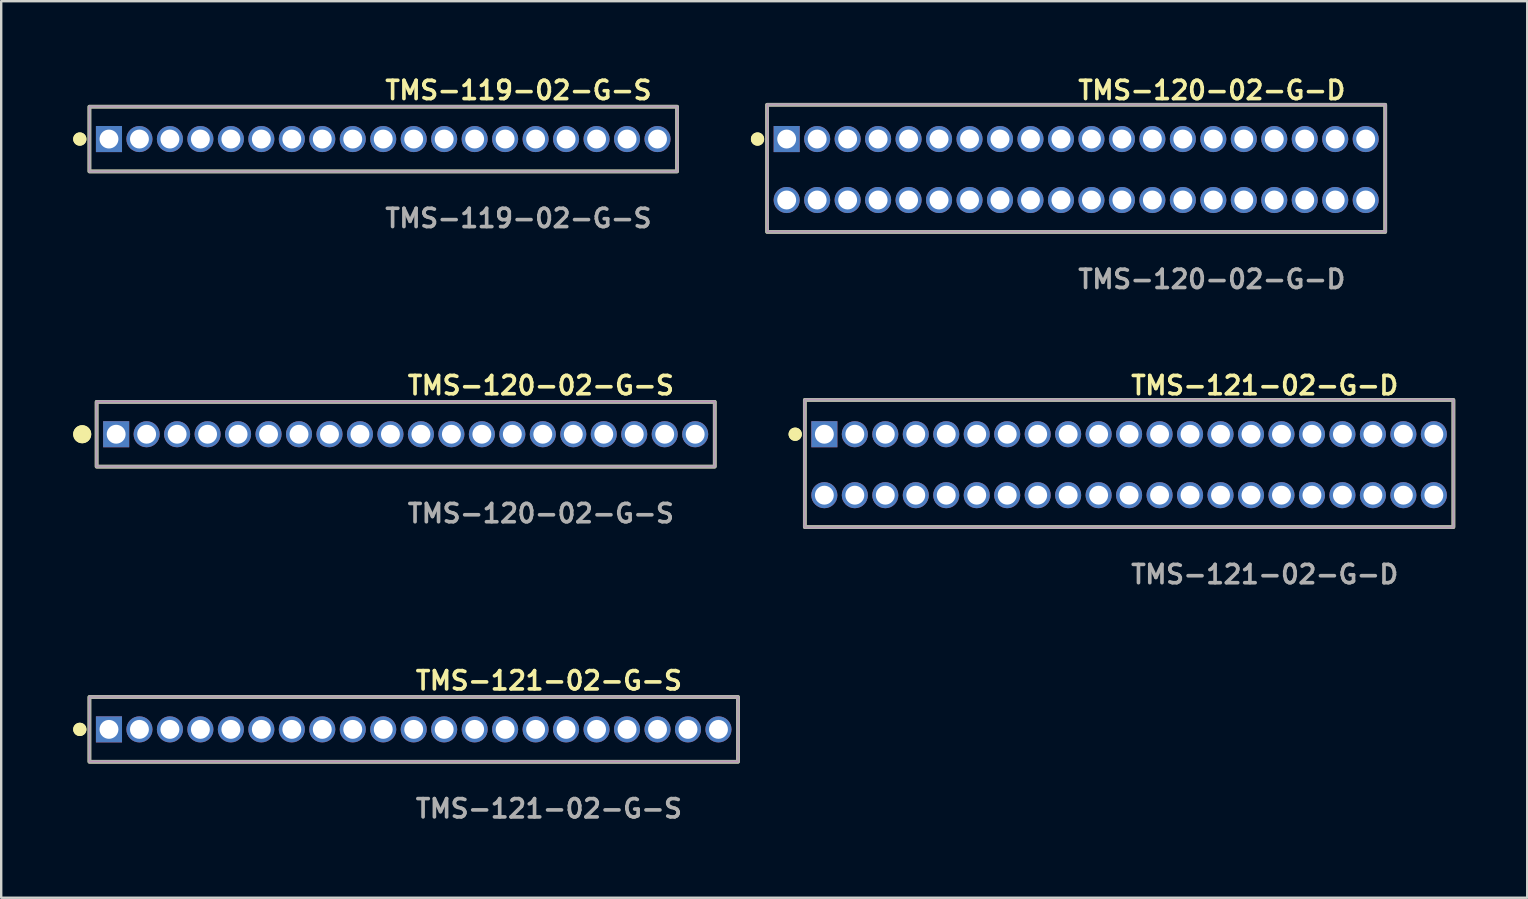
<source format=kicad_pcb>
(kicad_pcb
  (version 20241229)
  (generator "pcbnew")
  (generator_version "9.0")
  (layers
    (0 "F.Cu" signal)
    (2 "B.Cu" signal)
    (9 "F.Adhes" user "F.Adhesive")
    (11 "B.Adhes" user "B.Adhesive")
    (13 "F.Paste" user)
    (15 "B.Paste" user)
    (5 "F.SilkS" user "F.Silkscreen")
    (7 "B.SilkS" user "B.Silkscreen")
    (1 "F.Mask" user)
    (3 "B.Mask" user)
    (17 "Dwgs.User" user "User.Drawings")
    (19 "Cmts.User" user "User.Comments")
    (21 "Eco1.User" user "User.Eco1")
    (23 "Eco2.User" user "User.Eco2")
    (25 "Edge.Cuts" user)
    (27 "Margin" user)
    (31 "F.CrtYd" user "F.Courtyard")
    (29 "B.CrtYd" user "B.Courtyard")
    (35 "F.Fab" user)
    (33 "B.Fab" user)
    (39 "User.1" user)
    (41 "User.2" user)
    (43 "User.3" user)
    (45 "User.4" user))
  (footprint "TMS-120-02-G-D"
    (layer "F.Cu")
    (at 41.799 4.015)
    (property "Reference" "TMS-120-02-G-D" (at 0 -3.302 0) (unlocked yes) (layer "F.SilkS") (effects (font (size 0.762 0.762) (thickness 0.152)) (justify left)))
    (fp_rect (start -12.88 2.6) (end 12.88 -2.7) (stroke (width 0.152) (type solid)) (fill no) (layer "F.SilkS"))
    (fp_circle (center -13.28 -1.27) (end -13.48 -1.27) (stroke (width 0.152) (type solid)) (fill yes) (layer "F.SilkS"))
    (fp_circle (center -13.28 -1.27) (end -13.48 -1.27) (stroke (width 0.152) (type solid)) (fill yes) (layer "F.SilkS"))
    (fp_rect (start -12.88 2.6) (end 12.88 -2.7) (stroke (width 0.006) (type solid)) (fill no) (layer "F.CrtYd"))
    (fp_rect (start -12.88 2.6) (end 12.88 -2.7) (stroke (width 0.152) (type solid)) (fill no) (layer "F.Fab"))
    (fp_text user "${REFERENCE}" (at 0 4.572 0) (unlocked yes) (layer "F.Fab") (effects (font (size 0.762 0.762) (thickness 0.152)) (justify left)))
    (pad "1" thru_hole rect (at -12.065 -1.27) (size 1.087 1.087) (drill 0.787) (layers "*.Cu" "*.Mask"))
    (pad "2" thru_hole circle (at -12.065 1.27) (size 1.087 1.087) (drill 0.787) (layers "*.Cu" "*.Mask"))
    (pad "3" thru_hole circle (at -10.795 -1.27) (size 1.087 1.087) (drill 0.787) (layers "*.Cu" "*.Mask"))
    (pad "4" thru_hole circle (at -10.795 1.27) (size 1.087 1.087) (drill 0.787) (layers "*.Cu" "*.Mask"))
    (pad "5" thru_hole circle (at -9.525 -1.27) (size 1.087 1.087) (drill 0.787) (layers "*.Cu" "*.Mask"))
    (pad "6" thru_hole circle (at -9.525 1.27) (size 1.087 1.087) (drill 0.787) (layers "*.Cu" "*.Mask"))
    (pad "7" thru_hole circle (at -8.255 -1.27) (size 1.087 1.087) (drill 0.787) (layers "*.Cu" "*.Mask"))
    (pad "8" thru_hole circle (at -8.255 1.27) (size 1.087 1.087) (drill 0.787) (layers "*.Cu" "*.Mask"))
    (pad "9" thru_hole circle (at -6.985 -1.27) (size 1.087 1.087) (drill 0.787) (layers "*.Cu" "*.Mask"))
    (pad "10" thru_hole circle (at -6.985 1.27) (size 1.087 1.087) (drill 0.787) (layers "*.Cu" "*.Mask"))
    (pad "11" thru_hole circle (at -5.715 -1.27) (size 1.087 1.087) (drill 0.787) (layers "*.Cu" "*.Mask"))
    (pad "12" thru_hole circle (at -5.715 1.27) (size 1.087 1.087) (drill 0.787) (layers "*.Cu" "*.Mask"))
    (pad "13" thru_hole circle (at -4.445 -1.27) (size 1.087 1.087) (drill 0.787) (layers "*.Cu" "*.Mask"))
    (pad "14" thru_hole circle (at -4.445 1.27) (size 1.087 1.087) (drill 0.787) (layers "*.Cu" "*.Mask"))
    (pad "15" thru_hole circle (at -3.175 -1.27) (size 1.087 1.087) (drill 0.787) (layers "*.Cu" "*.Mask"))
    (pad "16" thru_hole circle (at -3.175 1.27) (size 1.087 1.087) (drill 0.787) (layers "*.Cu" "*.Mask"))
    (pad "17" thru_hole circle (at -1.905 -1.27) (size 1.087 1.087) (drill 0.787) (layers "*.Cu" "*.Mask"))
    (pad "18" thru_hole circle (at -1.905 1.27) (size 1.087 1.087) (drill 0.787) (layers "*.Cu" "*.Mask"))
    (pad "19" thru_hole circle (at -0.635 -1.27) (size 1.087 1.087) (drill 0.787) (layers "*.Cu" "*.Mask"))
    (pad "20" thru_hole circle (at -0.635 1.27) (size 1.087 1.087) (drill 0.787) (layers "*.Cu" "*.Mask"))
    (pad "21" thru_hole circle (at 0.635 -1.27) (size 1.087 1.087) (drill 0.787) (layers "*.Cu" "*.Mask"))
    (pad "22" thru_hole circle (at 0.635 1.27) (size 1.087 1.087) (drill 0.787) (layers "*.Cu" "*.Mask"))
    (pad "23" thru_hole circle (at 1.905 -1.27) (size 1.087 1.087) (drill 0.787) (layers "*.Cu" "*.Mask"))
    (pad "24" thru_hole circle (at 1.905 1.27) (size 1.087 1.087) (drill 0.787) (layers "*.Cu" "*.Mask"))
    (pad "25" thru_hole circle (at 3.175 -1.27) (size 1.087 1.087) (drill 0.787) (layers "*.Cu" "*.Mask"))
    (pad "26" thru_hole circle (at 3.175 1.27) (size 1.087 1.087) (drill 0.787) (layers "*.Cu" "*.Mask"))
    (pad "27" thru_hole circle (at 4.445 -1.27) (size 1.087 1.087) (drill 0.787) (layers "*.Cu" "*.Mask"))
    (pad "28" thru_hole circle (at 4.445 1.27) (size 1.087 1.087) (drill 0.787) (layers "*.Cu" "*.Mask"))
    (pad "29" thru_hole circle (at 5.715 -1.27) (size 1.087 1.087) (drill 0.787) (layers "*.Cu" "*.Mask"))
    (pad "30" thru_hole circle (at 5.715 1.27) (size 1.087 1.087) (drill 0.787) (layers "*.Cu" "*.Mask"))
    (pad "31" thru_hole circle (at 6.985 -1.27) (size 1.087 1.087) (drill 0.787) (layers "*.Cu" "*.Mask"))
    (pad "32" thru_hole circle (at 6.985 1.27) (size 1.087 1.087) (drill 0.787) (layers "*.Cu" "*.Mask"))
    (pad "33" thru_hole circle (at 8.255 -1.27) (size 1.087 1.087) (drill 0.787) (layers "*.Cu" "*.Mask"))
    (pad "34" thru_hole circle (at 8.255 1.27) (size 1.087 1.087) (drill 0.787) (layers "*.Cu" "*.Mask"))
    (pad "35" thru_hole circle (at 9.525 -1.27) (size 1.087 1.087) (drill 0.787) (layers "*.Cu" "*.Mask"))
    (pad "36" thru_hole circle (at 9.525 1.27) (size 1.087 1.087) (drill 0.787) (layers "*.Cu" "*.Mask"))
    (pad "37" thru_hole circle (at 10.795 -1.27) (size 1.087 1.087) (drill 0.787) (layers "*.Cu" "*.Mask"))
    (pad "38" thru_hole circle (at 10.795 1.27) (size 1.087 1.087) (drill 0.787) (layers "*.Cu" "*.Mask"))
    (pad "39" thru_hole circle (at 12.065 -1.27) (size 1.087 1.087) (drill 0.787) (layers "*.Cu" "*.Mask"))
    (pad "40" thru_hole circle (at 12.065 1.27) (size 1.087 1.087) (drill 0.787) (layers "*.Cu" "*.Mask")))
  (footprint "TMS-121-02-G-S"
    (layer "F.Cu")
    (at 14.191 27.346)
    (property "Reference" "TMS-121-02-G-S" (at 0 -2.032 0) (unlocked yes) (layer "F.SilkS") (effects (font (size 0.762 0.762) (thickness 0.152)) (justify left)))
    (fp_rect (start -13.515 1.35) (end 13.515 -1.35) (stroke (width 0.152) (type solid)) (fill no) (layer "F.SilkS"))
    (fp_circle (center -13.915 0) (end -14.115 0) (stroke (width 0.152) (type solid)) (fill yes) (layer "F.SilkS"))
    (fp_circle (center -13.915 0) (end -14.115 0) (stroke (width 0.152) (type solid)) (fill yes) (layer "F.SilkS"))
    (fp_rect (start -13.515 1.35) (end 13.515 -1.35) (stroke (width 0.006) (type solid)) (fill no) (layer "F.CrtYd"))
    (fp_rect (start -13.515 1.35) (end 13.515 -1.35) (stroke (width 0.152) (type solid)) (fill no) (layer "F.Fab"))
    (fp_text user "${REFERENCE}" (at 0 3.302 0) (unlocked yes) (layer "F.Fab") (effects (font (size 0.762 0.762) (thickness 0.152)) (justify left)))
    (pad "1" thru_hole rect (at -12.7 0) (size 1.087 1.087) (drill 0.787) (layers "*.Cu" "*.Mask"))
    (pad "2" thru_hole circle (at -11.43 0) (size 1.087 1.087) (drill 0.787) (layers "*.Cu" "*.Mask"))
    (pad "3" thru_hole circle (at -10.16 0) (size 1.087 1.087) (drill 0.787) (layers "*.Cu" "*.Mask"))
    (pad "4" thru_hole circle (at -8.89 0) (size 1.087 1.087) (drill 0.787) (layers "*.Cu" "*.Mask"))
    (pad "5" thru_hole circle (at -7.62 0) (size 1.087 1.087) (drill 0.787) (layers "*.Cu" "*.Mask"))
    (pad "6" thru_hole circle (at -6.35 0) (size 1.087 1.087) (drill 0.787) (layers "*.Cu" "*.Mask"))
    (pad "7" thru_hole circle (at -5.08 0) (size 1.087 1.087) (drill 0.787) (layers "*.Cu" "*.Mask"))
    (pad "8" thru_hole circle (at -3.81 0) (size 1.087 1.087) (drill 0.787) (layers "*.Cu" "*.Mask"))
    (pad "9" thru_hole circle (at -2.54 0) (size 1.087 1.087) (drill 0.787) (layers "*.Cu" "*.Mask"))
    (pad "10" thru_hole circle (at -1.27 0) (size 1.087 1.087) (drill 0.787) (layers "*.Cu" "*.Mask"))
    (pad "11" thru_hole circle (at 0 0) (size 1.087 1.087) (drill 0.787) (layers "*.Cu" "*.Mask"))
    (pad "12" thru_hole circle (at 1.27 0) (size 1.087 1.087) (drill 0.787) (layers "*.Cu" "*.Mask"))
    (pad "13" thru_hole circle (at 2.54 0) (size 1.087 1.087) (drill 0.787) (layers "*.Cu" "*.Mask"))
    (pad "14" thru_hole circle (at 3.81 0) (size 1.087 1.087) (drill 0.787) (layers "*.Cu" "*.Mask"))
    (pad "15" thru_hole circle (at 5.08 0) (size 1.087 1.087) (drill 0.787) (layers "*.Cu" "*.Mask"))
    (pad "16" thru_hole circle (at 6.35 0) (size 1.087 1.087) (drill 0.787) (layers "*.Cu" "*.Mask"))
    (pad "17" thru_hole circle (at 7.62 0) (size 1.087 1.087) (drill 0.787) (layers "*.Cu" "*.Mask"))
    (pad "18" thru_hole circle (at 8.89 0) (size 1.087 1.087) (drill 0.787) (layers "*.Cu" "*.Mask"))
    (pad "19" thru_hole circle (at 10.16 0) (size 1.087 1.087) (drill 0.787) (layers "*.Cu" "*.Mask"))
    (pad "20" thru_hole circle (at 11.43 0) (size 1.087 1.087) (drill 0.787) (layers "*.Cu" "*.Mask"))
    (pad "21" thru_hole circle (at 12.7 0) (size 1.087 1.087) (drill 0.787) (layers "*.Cu" "*.Mask")))
  (footprint "TMS-121-02-G-D"
    (layer "F.Cu")
    (at 44.004 16.316)
    (property "Reference" "TMS-121-02-G-D" (at 0 -3.302 0) (unlocked yes) (layer "F.SilkS") (effects (font (size 0.762 0.762) (thickness 0.152)) (justify left)))
    (fp_rect (start -13.515 2.6) (end 13.515 -2.7) (stroke (width 0.152) (type solid)) (fill no) (layer "F.SilkS"))
    (fp_circle (center -13.915 -1.27) (end -14.115 -1.27) (stroke (width 0.152) (type solid)) (fill yes) (layer "F.SilkS"))
    (fp_circle (center -13.915 -1.27) (end -14.115 -1.27) (stroke (width 0.152) (type solid)) (fill yes) (layer "F.SilkS"))
    (fp_rect (start -13.515 2.6) (end 13.515 -2.7) (stroke (width 0.006) (type solid)) (fill no) (layer "F.CrtYd"))
    (fp_rect (start -13.515 2.6) (end 13.515 -2.7) (stroke (width 0.152) (type solid)) (fill no) (layer "F.Fab"))
    (fp_text user "${REFERENCE}" (at 0 4.572 0) (unlocked yes) (layer "F.Fab") (effects (font (size 0.762 0.762) (thickness 0.152)) (justify left)))
    (pad "1" thru_hole rect (at -12.7 -1.27) (size 1.087 1.087) (drill 0.787) (layers "*.Cu" "*.Mask"))
    (pad "2" thru_hole circle (at -12.7 1.27) (size 1.087 1.087) (drill 0.787) (layers "*.Cu" "*.Mask"))
    (pad "3" thru_hole circle (at -11.43 -1.27) (size 1.087 1.087) (drill 0.787) (layers "*.Cu" "*.Mask"))
    (pad "4" thru_hole circle (at -11.43 1.27) (size 1.087 1.087) (drill 0.787) (layers "*.Cu" "*.Mask"))
    (pad "5" thru_hole circle (at -10.16 -1.27) (size 1.087 1.087) (drill 0.787) (layers "*.Cu" "*.Mask"))
    (pad "6" thru_hole circle (at -10.16 1.27) (size 1.087 1.087) (drill 0.787) (layers "*.Cu" "*.Mask"))
    (pad "7" thru_hole circle (at -8.89 -1.27) (size 1.087 1.087) (drill 0.787) (layers "*.Cu" "*.Mask"))
    (pad "8" thru_hole circle (at -8.89 1.27) (size 1.087 1.087) (drill 0.787) (layers "*.Cu" "*.Mask"))
    (pad "9" thru_hole circle (at -7.62 -1.27) (size 1.087 1.087) (drill 0.787) (layers "*.Cu" "*.Mask"))
    (pad "10" thru_hole circle (at -7.62 1.27) (size 1.087 1.087) (drill 0.787) (layers "*.Cu" "*.Mask"))
    (pad "11" thru_hole circle (at -6.35 -1.27) (size 1.087 1.087) (drill 0.787) (layers "*.Cu" "*.Mask"))
    (pad "12" thru_hole circle (at -6.35 1.27) (size 1.087 1.087) (drill 0.787) (layers "*.Cu" "*.Mask"))
    (pad "13" thru_hole circle (at -5.08 -1.27) (size 1.087 1.087) (drill 0.787) (layers "*.Cu" "*.Mask"))
    (pad "14" thru_hole circle (at -5.08 1.27) (size 1.087 1.087) (drill 0.787) (layers "*.Cu" "*.Mask"))
    (pad "15" thru_hole circle (at -3.81 -1.27) (size 1.087 1.087) (drill 0.787) (layers "*.Cu" "*.Mask"))
    (pad "16" thru_hole circle (at -3.81 1.27) (size 1.087 1.087) (drill 0.787) (layers "*.Cu" "*.Mask"))
    (pad "17" thru_hole circle (at -2.54 -1.27) (size 1.087 1.087) (drill 0.787) (layers "*.Cu" "*.Mask"))
    (pad "18" thru_hole circle (at -2.54 1.27) (size 1.087 1.087) (drill 0.787) (layers "*.Cu" "*.Mask"))
    (pad "19" thru_hole circle (at -1.27 -1.27) (size 1.087 1.087) (drill 0.787) (layers "*.Cu" "*.Mask"))
    (pad "20" thru_hole circle (at -1.27 1.27) (size 1.087 1.087) (drill 0.787) (layers "*.Cu" "*.Mask"))
    (pad "21" thru_hole circle (at 0 -1.27) (size 1.087 1.087) (drill 0.787) (layers "*.Cu" "*.Mask"))
    (pad "22" thru_hole circle (at 0 1.27) (size 1.087 1.087) (drill 0.787) (layers "*.Cu" "*.Mask"))
    (pad "23" thru_hole circle (at 1.27 -1.27) (size 1.087 1.087) (drill 0.787) (layers "*.Cu" "*.Mask"))
    (pad "24" thru_hole circle (at 1.27 1.27) (size 1.087 1.087) (drill 0.787) (layers "*.Cu" "*.Mask"))
    (pad "25" thru_hole circle (at 2.54 -1.27) (size 1.087 1.087) (drill 0.787) (layers "*.Cu" "*.Mask"))
    (pad "26" thru_hole circle (at 2.54 1.27) (size 1.087 1.087) (drill 0.787) (layers "*.Cu" "*.Mask"))
    (pad "27" thru_hole circle (at 3.81 -1.27) (size 1.087 1.087) (drill 0.787) (layers "*.Cu" "*.Mask"))
    (pad "28" thru_hole circle (at 3.81 1.27) (size 1.087 1.087) (drill 0.787) (layers "*.Cu" "*.Mask"))
    (pad "29" thru_hole circle (at 5.08 -1.27) (size 1.087 1.087) (drill 0.787) (layers "*.Cu" "*.Mask"))
    (pad "30" thru_hole circle (at 5.08 1.27) (size 1.087 1.087) (drill 0.787) (layers "*.Cu" "*.Mask"))
    (pad "31" thru_hole circle (at 6.35 -1.27) (size 1.087 1.087) (drill 0.787) (layers "*.Cu" "*.Mask"))
    (pad "32" thru_hole circle (at 6.35 1.27) (size 1.087 1.087) (drill 0.787) (layers "*.Cu" "*.Mask"))
    (pad "33" thru_hole circle (at 7.62 -1.27) (size 1.087 1.087) (drill 0.787) (layers "*.Cu" "*.Mask"))
    (pad "34" thru_hole circle (at 7.62 1.27) (size 1.087 1.087) (drill 0.787) (layers "*.Cu" "*.Mask"))
    (pad "35" thru_hole circle (at 8.89 -1.27) (size 1.087 1.087) (drill 0.787) (layers "*.Cu" "*.Mask"))
    (pad "36" thru_hole circle (at 8.89 1.27) (size 1.087 1.087) (drill 0.787) (layers "*.Cu" "*.Mask"))
    (pad "37" thru_hole circle (at 10.16 -1.27) (size 1.087 1.087) (drill 0.787) (layers "*.Cu" "*.Mask"))
    (pad "38" thru_hole circle (at 10.16 1.27) (size 1.087 1.087) (drill 0.787) (layers "*.Cu" "*.Mask"))
    (pad "39" thru_hole circle (at 11.43 -1.27) (size 1.087 1.087) (drill 0.787) (layers "*.Cu" "*.Mask"))
    (pad "40" thru_hole circle (at 11.43 1.27) (size 1.087 1.087) (drill 0.787) (layers "*.Cu" "*.Mask"))
    (pad "41" thru_hole circle (at 12.7 -1.27) (size 1.087 1.087) (drill 0.787) (layers "*.Cu" "*.Mask"))
    (pad "42" thru_hole circle (at 12.7 1.27) (size 1.087 1.087) (drill 0.787) (layers "*.Cu" "*.Mask")))
  (footprint "TMS-120-02-G-S"
    (layer "F.Cu")
    (at 13.856 15.046)
    (property "Reference" "TMS-120-02-G-S" (at 0 -2.032 0) (unlocked yes) (layer "F.SilkS") (effects (font (size 0.762 0.762) (thickness 0.152)) (justify left)))
    (fp_rect (start -12.88 1.35) (end 12.88 -1.35) (stroke (width 0.152) (type solid)) (fill no) (layer "F.SilkS"))
    (fp_circle (center -13.48 0) (end -13.78 0) (stroke (width 0.152) (type solid)) (fill yes) (layer "F.SilkS"))
    (fp_circle (center -13.48 0) (end -13.78 0) (stroke (width 0.152) (type solid)) (fill yes) (layer "F.SilkS"))
    (fp_rect (start -12.88 1.35) (end 12.88 -1.35) (stroke (width 0.006) (type solid)) (fill no) (layer "F.CrtYd"))
    (fp_rect (start -12.88 1.35) (end 12.88 -1.35) (stroke (width 0.152) (type solid)) (fill no) (layer "F.Fab"))
    (fp_text user "${REFERENCE}" (at 0 3.302 0) (unlocked yes) (layer "F.Fab") (effects (font (size 0.762 0.762) (thickness 0.152)) (justify left)))
    (pad "1" thru_hole rect (at -12.065 0) (size 1.087 1.087) (drill 0.787) (layers "*.Cu" "*.Mask"))
    (pad "2" thru_hole circle (at -10.795 0) (size 1.087 1.087) (drill 0.787) (layers "*.Cu" "*.Mask"))
    (pad "3" thru_hole circle (at -9.525 0) (size 1.087 1.087) (drill 0.787) (layers "*.Cu" "*.Mask"))
    (pad "4" thru_hole circle (at -8.255 0) (size 1.087 1.087) (drill 0.787) (layers "*.Cu" "*.Mask"))
    (pad "5" thru_hole circle (at -6.985 0) (size 1.087 1.087) (drill 0.787) (layers "*.Cu" "*.Mask"))
    (pad "6" thru_hole circle (at -5.715 0) (size 1.087 1.087) (drill 0.787) (layers "*.Cu" "*.Mask"))
    (pad "7" thru_hole circle (at -4.445 0) (size 1.087 1.087) (drill 0.787) (layers "*.Cu" "*.Mask"))
    (pad "8" thru_hole circle (at -3.175 0) (size 1.087 1.087) (drill 0.787) (layers "*.Cu" "*.Mask"))
    (pad "9" thru_hole circle (at -1.905 0) (size 1.087 1.087) (drill 0.787) (layers "*.Cu" "*.Mask"))
    (pad "10" thru_hole circle (at -0.635 0) (size 1.087 1.087) (drill 0.787) (layers "*.Cu" "*.Mask"))
    (pad "11" thru_hole circle (at 0.635 0) (size 1.087 1.087) (drill 0.787) (layers "*.Cu" "*.Mask"))
    (pad "12" thru_hole circle (at 1.905 0) (size 1.087 1.087) (drill 0.787) (layers "*.Cu" "*.Mask"))
    (pad "13" thru_hole circle (at 3.175 0) (size 1.087 1.087) (drill 0.787) (layers "*.Cu" "*.Mask"))
    (pad "14" thru_hole circle (at 4.445 0) (size 1.087 1.087) (drill 0.787) (layers "*.Cu" "*.Mask"))
    (pad "15" thru_hole circle (at 5.715 0) (size 1.087 1.087) (drill 0.787) (layers "*.Cu" "*.Mask"))
    (pad "16" thru_hole circle (at 6.985 0) (size 1.087 1.087) (drill 0.787) (layers "*.Cu" "*.Mask"))
    (pad "17" thru_hole circle (at 8.255 0) (size 1.087 1.087) (drill 0.787) (layers "*.Cu" "*.Mask"))
    (pad "18" thru_hole circle (at 9.525 0) (size 1.087 1.087) (drill 0.787) (layers "*.Cu" "*.Mask"))
    (pad "19" thru_hole circle (at 10.795 0) (size 1.087 1.087) (drill 0.787) (layers "*.Cu" "*.Mask"))
    (pad "20" thru_hole circle (at 12.065 0) (size 1.087 1.087) (drill 0.787) (layers "*.Cu" "*.Mask")))
  (footprint "TMS-119-02-G-S"
    (layer "F.Cu")
    (at 12.921 2.745)
    (property "Reference" "TMS-119-02-G-S" (at 0 -2.032 0) (unlocked yes) (layer "F.SilkS") (effects (font (size 0.762 0.762) (thickness 0.152)) (justify left)))
    (fp_rect (start -12.245 1.35) (end 12.245 -1.35) (stroke (width 0.152) (type solid)) (fill no) (layer "F.SilkS"))
    (fp_circle (center -12.645 0) (end -12.845 0) (stroke (width 0.152) (type solid)) (fill yes) (layer "F.SilkS"))
    (fp_circle (center -12.645 0) (end -12.845 0) (stroke (width 0.152) (type solid)) (fill yes) (layer "F.SilkS"))
    (fp_rect (start -12.245 1.35) (end 12.245 -1.35) (stroke (width 0.006) (type solid)) (fill no) (layer "F.CrtYd"))
    (fp_rect (start -12.245 1.35) (end 12.245 -1.35) (stroke (width 0.152) (type solid)) (fill no) (layer "F.Fab"))
    (fp_text user "${REFERENCE}" (at 0 3.302 0) (unlocked yes) (layer "F.Fab") (effects (font (size 0.762 0.762) (thickness 0.152)) (justify left)))
    (pad "1" thru_hole rect (at -11.43 0) (size 1.087 1.087) (drill 0.787) (layers "*.Cu" "*.Mask"))
    (pad "2" thru_hole circle (at -10.16 0) (size 1.087 1.087) (drill 0.787) (layers "*.Cu" "*.Mask"))
    (pad "3" thru_hole circle (at -8.89 0) (size 1.087 1.087) (drill 0.787) (layers "*.Cu" "*.Mask"))
    (pad "4" thru_hole circle (at -7.62 0) (size 1.087 1.087) (drill 0.787) (layers "*.Cu" "*.Mask"))
    (pad "5" thru_hole circle (at -6.35 0) (size 1.087 1.087) (drill 0.787) (layers "*.Cu" "*.Mask"))
    (pad "6" thru_hole circle (at -5.08 0) (size 1.087 1.087) (drill 0.787) (layers "*.Cu" "*.Mask"))
    (pad "7" thru_hole circle (at -3.81 0) (size 1.087 1.087) (drill 0.787) (layers "*.Cu" "*.Mask"))
    (pad "8" thru_hole circle (at -2.54 0) (size 1.087 1.087) (drill 0.787) (layers "*.Cu" "*.Mask"))
    (pad "9" thru_hole circle (at -1.27 0) (size 1.087 1.087) (drill 0.787) (layers "*.Cu" "*.Mask"))
    (pad "10" thru_hole circle (at 0 0) (size 1.087 1.087) (drill 0.787) (layers "*.Cu" "*.Mask"))
    (pad "11" thru_hole circle (at 1.27 0) (size 1.087 1.087) (drill 0.787) (layers "*.Cu" "*.Mask"))
    (pad "12" thru_hole circle (at 2.54 0) (size 1.087 1.087) (drill 0.787) (layers "*.Cu" "*.Mask"))
    (pad "13" thru_hole circle (at 3.81 0) (size 1.087 1.087) (drill 0.787) (layers "*.Cu" "*.Mask"))
    (pad "14" thru_hole circle (at 5.08 0) (size 1.087 1.087) (drill 0.787) (layers "*.Cu" "*.Mask"))
    (pad "15" thru_hole circle (at 6.35 0) (size 1.087 1.087) (drill 0.787) (layers "*.Cu" "*.Mask"))
    (pad "16" thru_hole circle (at 7.62 0) (size 1.087 1.087) (drill 0.787) (layers "*.Cu" "*.Mask"))
    (pad "17" thru_hole circle (at 8.89 0) (size 1.087 1.087) (drill 0.787) (layers "*.Cu" "*.Mask"))
    (pad "18" thru_hole circle (at 10.16 0) (size 1.087 1.087) (drill 0.787) (layers "*.Cu" "*.Mask"))
    (pad "19" thru_hole circle (at 11.43 0) (size 1.087 1.087) (drill 0.787) (layers "*.Cu" "*.Mask")))
  (gr_rect
    (start -3 -3)
    (end 60.595 34.361)
    (stroke (width 0.1) (type default))
    (fill no)
    (layer "Edge.Cuts")))
</source>
